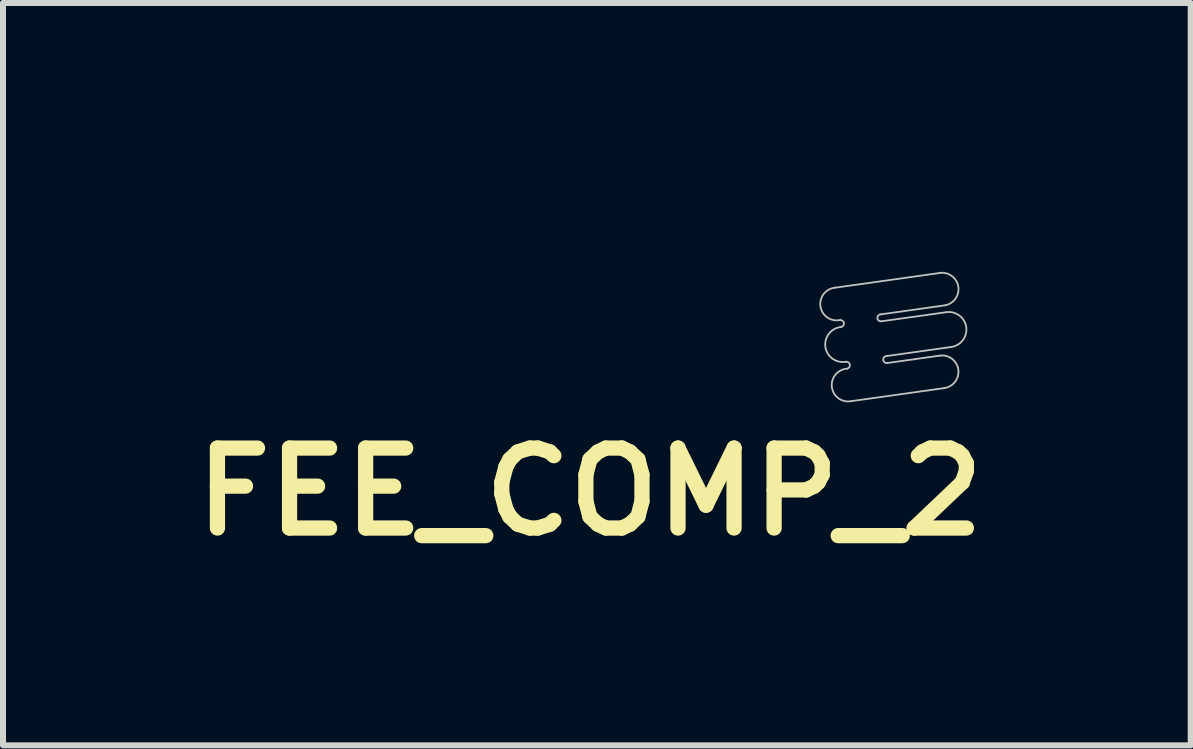
<source format=kicad_pcb>
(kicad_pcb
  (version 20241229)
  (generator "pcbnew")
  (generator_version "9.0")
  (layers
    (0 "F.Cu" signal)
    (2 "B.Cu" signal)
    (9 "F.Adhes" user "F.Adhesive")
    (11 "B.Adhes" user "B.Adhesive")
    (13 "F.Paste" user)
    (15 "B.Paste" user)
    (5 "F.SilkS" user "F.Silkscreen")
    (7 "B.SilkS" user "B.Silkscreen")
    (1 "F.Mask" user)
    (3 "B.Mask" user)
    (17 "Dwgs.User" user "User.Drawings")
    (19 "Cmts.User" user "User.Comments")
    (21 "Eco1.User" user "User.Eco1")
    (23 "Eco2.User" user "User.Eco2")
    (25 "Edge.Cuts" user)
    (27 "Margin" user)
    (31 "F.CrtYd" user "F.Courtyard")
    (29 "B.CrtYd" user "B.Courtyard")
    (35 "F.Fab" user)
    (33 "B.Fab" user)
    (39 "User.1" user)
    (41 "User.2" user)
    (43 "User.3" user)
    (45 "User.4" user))
  (footprint "FEE_COMP_2"
    (layer "F.Cu")
    (at 9.324 4.133)
    (property "Reference" "FEE_COMP_2" (at -2.54 1.016 0) (unlocked yes) (layer "F.SilkS") (effects (font (size 1.333 1.402) (thickness 0.254))))
    (attr smd)
    (fp_line (start -0.342 -2.437) (end -0.218 -1.548) (stroke (width 0.00003) (type solid)) (layer "Dwgs.User"))
    (fp_line (start -0.342 -2.437) (end 0.16 -2.507) (stroke (width 0.00003) (type solid)) (layer "Dwgs.User"))
    (fp_line (start 1.222 -3.916) (end 2.766 -4.133) (stroke (width 0.00003) (type solid)) (layer "Dwgs.User"))
    (fp_line (start 1.417 -2.526) (end 4.236 -2.922) (stroke (width 0.00003) (type solid)) (layer "Dwgs.User"))
    (fp_line (start 1.51 -3.091) (end 4.16 -3.463) (stroke (width 0.00003) (type solid)) (layer "Dwgs.User"))
    (fp_line (start 1.554 -2.388) (end 3.311 -2.635) (stroke (width 0.03) (type solid)) (layer "Dwgs.User"))
    (fp_line (start 1.676 -3.311) (end 2.588 -3.439) (stroke (width 0.00003) (type solid)) (layer "Dwgs.User"))
    (fp_line (start 1.82 -0.496) (end 3.365 -0.713) (stroke (width 0.03) (type solid)) (layer "Dwgs.User"))
    (fp_line (start 2.306 -1.942) (end 3.387 -2.094) (stroke (width 0.03) (type solid)) (layer "Dwgs.User"))
    (fp_line (start 2.322 -1.827) (end 3.404 -1.979) (stroke (width 0.03) (type solid)) (layer "Dwgs.User"))
    (fp_line (start 2.36 -0.473) (end 3.441 -0.625) (stroke (width 0.00003) (type solid)) (layer "Dwgs.User"))
    (fp_line (start 2.404 -1.247) (end 3.485 -1.399) (stroke (width 0.03) (type solid)) (layer "Dwgs.User"))
    (fp_line (start 2.42 -1.132) (end 3.289 -1.254) (stroke (width 0.03) (type solid)) (layer "Dwgs.User"))
    (fp_line (start 2.723 -0.131) (end 4.074 -0.321) (stroke (width 0.00003) (type solid)) (layer "Dwgs.User"))
    (fp_line (start 3.697 -2.295) (end 3.906 -2.325) (stroke (width 0.00003) (type solid)) (layer "Dwgs.User"))
    (fp_line (start 3.698 -1.036) (end 4.104 -1.093) (stroke (width 0.00003) (type solid)) (layer "Dwgs.User"))
    (fp_line (start 3.715 -0.92) (end 3.985 -0.958) (stroke (width 0.00003) (type solid)) (layer "Dwgs.User"))
    (fp_line (start 3.831 -1.763) (end 3.982 -1.784) (stroke (width 0.00003) (type solid)) (layer "Dwgs.User"))
    (fp_line (start 3.847 -1.647) (end 4.022 -1.672) (stroke (width 0.00003) (type solid)) (layer "Dwgs.User"))
    (fp_arc (start 0.159616 -2.506745) (mid 0.398783 -3.431535) (end 1.221825 -3.916344) (stroke (width 0.00003) (type solid)) (layer "Dwgs.User"))
    (fp_arc (start 1.329411 -1.746314) (mid 1.142983 -2.162105) (end 1.416896 -2.52626) (stroke (width 0.00003) (type solid)) (layer "Dwgs.User"))
    (fp_arc (start 1.427664 -1.050929) (mid 1.207342 -1.374211) (end 1.329372 -1.745913) (stroke (width 0.00003) (type solid)) (layer "Dwgs.User"))
    (fp_arc (start 1.472028 -0.44706) (mid 0.399089 -0.647856) (end -0.21761 -1.548522) (stroke (width 0.00003) (type solid)) (layer "Dwgs.User"))
    (fp_arc (start 1.473015 -0.447086) (mid 1.296369 -0.737333) (end 1.42708 -1.050959) (stroke (width 0.00003) (type solid)) (layer "Dwgs.User"))
    (fp_arc (start 1.509903 -3.09031) (mid 1.552527 -3.230823) (end 1.675709 -3.310742) (stroke (width 0.00003) (type solid)) (layer "Dwgs.User"))
    (fp_arc (start 1.630447 -1.84751) (mid 1.302614 -2.077061) (end 1.554474 -2.388083) (stroke (width 0.03) (type solid)) (layer "Dwgs.User"))
    (fp_arc (start 1.630455 -1.847522) (mid 1.695127 -1.797492) (end 1.646635 -1.731659) (stroke (width 0.03) (type solid)) (layer "Dwgs.User"))
    (fp_arc (start 1.727735 -1.152412) (mid 1.384474 -1.399753) (end 1.646842 -1.731671) (stroke (width 0.03) (type solid)) (layer "Dwgs.User"))
    (fp_arc (start 1.728054 -1.152472) (mid 1.79381 -1.10265) (end 1.744333 -1.036633) (stroke (width 0.03) (type solid)) (layer "Dwgs.User"))
    (fp_arc (start 1.820543 -0.496103) (mid 1.494275 -0.725619) (end 1.744097 -1.036614) (stroke (width 0.03) (type solid)) (layer "Dwgs.User"))
    (fp_arc (start 2.322456 -1.826628) (mid 2.252538 -1.875812) (end 2.306073 -1.942457) (stroke (width 0.03) (type solid)) (layer "Dwgs.User"))
    (fp_arc (start 2.419996 -1.131577) (mid 2.350163 -1.180883) (end 2.403815 -1.247435) (stroke (width 0.03) (type solid)) (layer "Dwgs.User"))
    (fp_arc (start 2.722581 -0.130724) (mid 2.472109 -0.229135) (end 2.35987 -0.473723) (stroke (width 0.00003) (type solid)) (layer "Dwgs.User"))
    (fp_arc (start 2.765747 -4.133355) (mid 2.903361 -4.086842) (end 2.986212 -3.967524) (stroke (width 0.00003) (type solid)) (layer "Dwgs.User"))
    (fp_arc (start 2.986267 -3.967251) (mid 2.896095 -3.621076) (end 2.588186 -3.438979) (stroke (width 0.00003) (type solid)) (layer "Dwgs.User"))
    (fp_arc (start 3.288943 -1.253694) (mid 3.602463 -1.022124) (end 3.364917 -0.713107) (stroke (width 0.03) (type solid)) (layer "Dwgs.User"))
    (fp_arc (start 3.310988 -2.634943) (mid 3.602774 -2.40055) (end 3.387432 -2.094433) (stroke (width 0.03) (type solid)) (layer "Dwgs.User"))
    (fp_arc (start 3.40387 -1.9786) (mid 3.735209 -1.729597) (end 3.484763 -1.399347) (stroke (width 0.03) (type solid)) (layer "Dwgs.User"))
    (fp_arc (start 3.509538 -1.287323) (mid 3.63907 -1.187929) (end 3.698379 -1.03581) (stroke (width 0.00003) (type solid)) (layer "Dwgs.User"))
    (fp_arc (start 3.550431 -2.063163) (mid 3.753274 -1.971576) (end 3.831216 -1.763109) (stroke (width 0.00003) (type solid)) (layer "Dwgs.User"))
    (fp_arc (start 3.696708 -2.295397) (mid 3.650371 -2.162334) (end 3.550392 -2.063051) (stroke (width 0.00003) (type solid)) (layer "Dwgs.User"))
    (fp_arc (start 3.714702 -0.920138) (mid 3.629541 -0.72498) (end 3.441318 -0.625426) (stroke (width 0.00003) (type solid)) (layer "Dwgs.User"))
    (fp_arc (start 3.847458 -1.647026) (mid 3.73579 -1.413435) (end 3.509672 -1.287321) (stroke (width 0.00003) (type solid)) (layer "Dwgs.User"))
    (fp_arc (start 3.906378 -2.324841) (mid 4.216107 -2.092501) (end 3.981879 -1.784198) (stroke (width 0.00003) (type solid)) (layer "Dwgs.User"))
    (fp_arc (start 3.984967 -0.957749) (mid 4.306157 -0.67805) (end 4.074505 -0.320654) (stroke (width 0.00003) (type solid)) (layer "Dwgs.User"))
    (fp_arc (start 4.022554 -1.671788) (mid 4.355384 -1.423251) (end 4.103952 -1.092602) (stroke (width 0.00003) (type solid)) (layer "Dwgs.User"))
    (fp_arc (start 4.159525 -3.462924) (mid 4.473033 -3.231362) (end 4.235496 -2.922357) (stroke (width 0.00003) (type solid)) (layer "Dwgs.User")))
  (gr_rect
    (start -3 -3)
    (end 16.8 9.375)
    (stroke (width 0.1) (type default))
    (fill no)
    (layer "Edge.Cuts")))
</source>
